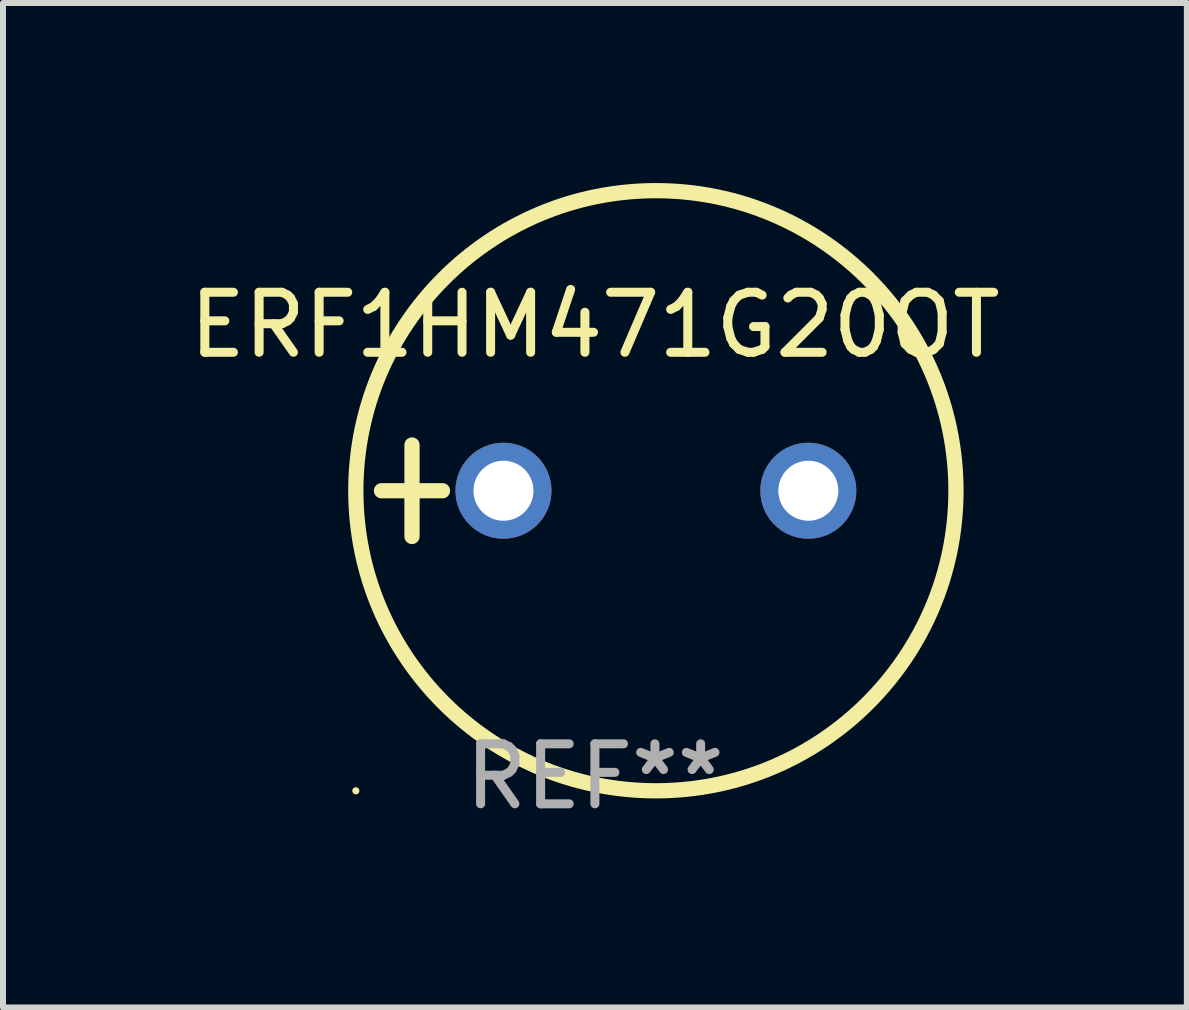
<source format=kicad_pcb>
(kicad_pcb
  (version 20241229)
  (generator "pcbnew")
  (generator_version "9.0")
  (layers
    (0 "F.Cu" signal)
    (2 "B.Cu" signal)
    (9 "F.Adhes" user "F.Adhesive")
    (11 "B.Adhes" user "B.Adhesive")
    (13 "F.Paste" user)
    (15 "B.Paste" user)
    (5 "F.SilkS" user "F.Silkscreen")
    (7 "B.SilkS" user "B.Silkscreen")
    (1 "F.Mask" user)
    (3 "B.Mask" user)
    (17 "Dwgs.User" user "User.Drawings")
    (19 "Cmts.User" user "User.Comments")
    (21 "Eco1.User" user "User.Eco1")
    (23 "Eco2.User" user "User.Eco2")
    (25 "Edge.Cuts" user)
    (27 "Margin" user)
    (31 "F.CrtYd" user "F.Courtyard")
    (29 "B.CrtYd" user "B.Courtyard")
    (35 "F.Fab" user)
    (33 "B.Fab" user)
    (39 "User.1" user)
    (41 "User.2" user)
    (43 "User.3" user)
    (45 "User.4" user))
  (footprint "ERF1HM471G20OT"
    (layer "F.Cu")
    (at 6.863 5.127)
    (property "Reference" "ERF1HM471G20OT" (at 0 -2.762 0) (layer "F.SilkS") (effects (font (size 1 1) (thickness 0.15))))
    (attr through_hole)
    (fp_line (start -3.556 0) (end -2.54 0) (stroke (width 0.254) (type solid)) (layer "F.SilkS"))
    (fp_line (start -3.048 -0.762) (end -3.048 0.762) (stroke (width 0.254) (type solid)) (layer "F.SilkS"))
    (fp_circle (center -3.984 5) (end -3.954 5) (stroke (width 0.06) (type solid)) (fill no) (layer "F.SilkS"))
    (fp_circle (center 1.016 0) (end 6.016 0) (stroke (width 0.254) (type solid)) (fill no) (layer "F.SilkS"))
    (fp_text user "REF**" (at 0 4.762 0) (layer "F.Fab") (effects (font (size 1 1) (thickness 0.15))))
    (pad "1" thru_hole circle (at -1.524 0) (size 1.6 1.6) (drill 1) (layers "*.Cu" "*.Mask"))
    (pad "2" thru_hole circle (at 3.556 0) (size 1.6 1.6) (drill 1) (layers "*.Cu" "*.Mask")))
  (gr_rect
    (start -3 -3)
    (end 16.726 13.737)
    (stroke (width 0.1) (type default))
    (fill no)
    (layer "Edge.Cuts")))
</source>
